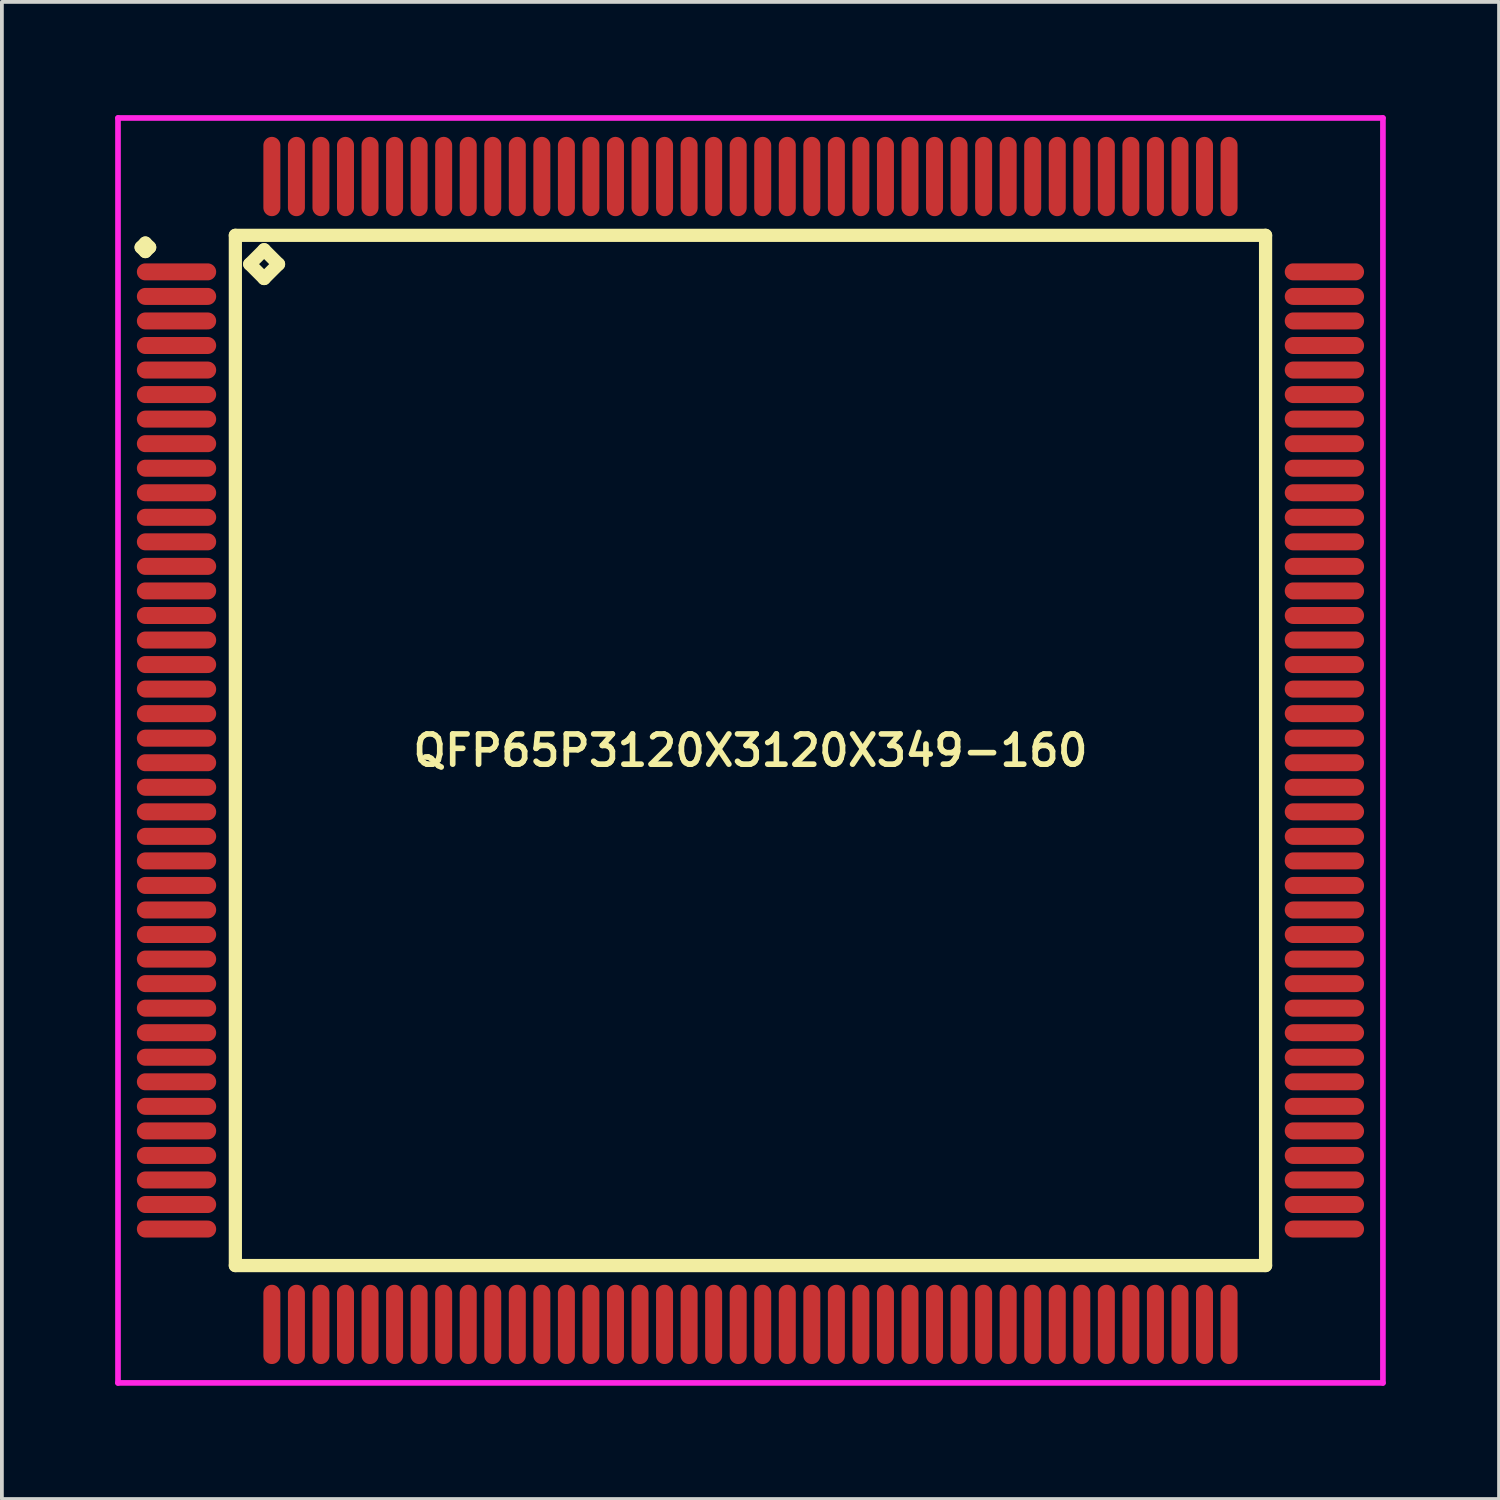
<source format=kicad_pcb>
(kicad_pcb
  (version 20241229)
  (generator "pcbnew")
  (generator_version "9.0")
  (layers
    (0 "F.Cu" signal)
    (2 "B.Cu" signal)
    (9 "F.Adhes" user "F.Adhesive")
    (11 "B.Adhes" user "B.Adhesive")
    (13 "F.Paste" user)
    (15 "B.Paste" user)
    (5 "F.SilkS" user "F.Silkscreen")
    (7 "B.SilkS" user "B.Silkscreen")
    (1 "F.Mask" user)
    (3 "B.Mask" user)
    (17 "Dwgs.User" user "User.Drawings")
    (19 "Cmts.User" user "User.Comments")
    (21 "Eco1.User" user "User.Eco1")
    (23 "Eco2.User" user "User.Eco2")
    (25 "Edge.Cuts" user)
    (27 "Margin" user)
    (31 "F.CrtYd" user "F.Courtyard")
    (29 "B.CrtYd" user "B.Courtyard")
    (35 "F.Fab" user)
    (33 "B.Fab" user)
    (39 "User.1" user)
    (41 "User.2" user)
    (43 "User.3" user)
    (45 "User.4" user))
  (footprint "QFP65P3120X3120X349-160"
    (layer "F.Cu")
    (at 16.825 16.825)
    (property "Reference" "QFP65P3120X3120X349-160" (at 0 0 0) (layer "F.SilkS") (effects (font (size 0.8 0.8) (thickness 0.15))))
    (attr smd)
    (fp_line (start -16.137 -13.325) (end -16.025 -13.438) (stroke (width 0.35) (type solid)) (layer "F.SilkS"))
    (fp_line (start -16.025 -13.438) (end -15.912 -13.325) (stroke (width 0.35) (type solid)) (layer "F.SilkS"))
    (fp_line (start -16.025 -13.213) (end -16.137 -13.325) (stroke (width 0.35) (type solid)) (layer "F.SilkS"))
    (fp_line (start -15.912 -13.325) (end -16.025 -13.213) (stroke (width 0.35) (type solid)) (layer "F.SilkS"))
    (fp_line (start -13.642 -13.642) (end -13.642 13.642) (stroke (width 0.35) (type solid)) (layer "F.SilkS"))
    (fp_line (start -13.642 13.642) (end 13.642 13.642) (stroke (width 0.35) (type solid)) (layer "F.SilkS"))
    (fp_line (start -13.261 -12.88) (end -12.88 -13.261) (stroke (width 0.35) (type solid)) (layer "F.SilkS"))
    (fp_line (start -12.88 -13.261) (end -12.499 -12.88) (stroke (width 0.35) (type solid)) (layer "F.SilkS"))
    (fp_line (start -12.88 -12.499) (end -13.261 -12.88) (stroke (width 0.35) (type solid)) (layer "F.SilkS"))
    (fp_line (start -12.499 -12.88) (end -12.88 -12.499) (stroke (width 0.35) (type solid)) (layer "F.SilkS"))
    (fp_line (start 13.642 -13.642) (end -13.642 -13.642) (stroke (width 0.35) (type solid)) (layer "F.SilkS"))
    (fp_line (start 13.642 13.642) (end 13.642 -13.642) (stroke (width 0.35) (type solid)) (layer "F.SilkS"))
    (fp_line (start -16.75 -16.75) (end 16.75 -16.75) (stroke (width 0.15) (type solid)) (layer "F.CrtYd"))
    (fp_line (start -16.75 16.75) (end -16.75 -16.75) (stroke (width 0.15) (type solid)) (layer "F.CrtYd"))
    (fp_line (start 16.75 -16.75) (end 16.75 16.75) (stroke (width 0.15) (type solid)) (layer "F.CrtYd"))
    (fp_line (start 16.75 16.75) (end -16.75 16.75) (stroke (width 0.15) (type solid)) (layer "F.CrtYd"))
    (pad "1" smd oval (at -15.2 -12.675) (size 2.1 0.45) (layers "F.Cu" "F.Mask" "F.Paste"))
    (pad "2" smd oval (at -15.2 -12.025) (size 2.1 0.45) (layers "F.Cu" "F.Mask" "F.Paste"))
    (pad "3" smd oval (at -15.2 -11.375) (size 2.1 0.45) (layers "F.Cu" "F.Mask" "F.Paste"))
    (pad "4" smd oval (at -15.2 -10.725) (size 2.1 0.45) (layers "F.Cu" "F.Mask" "F.Paste"))
    (pad "5" smd oval (at -15.2 -10.075) (size 2.1 0.45) (layers "F.Cu" "F.Mask" "F.Paste"))
    (pad "6" smd oval (at -15.2 -9.425) (size 2.1 0.45) (layers "F.Cu" "F.Mask" "F.Paste"))
    (pad "7" smd oval (at -15.2 -8.775) (size 2.1 0.45) (layers "F.Cu" "F.Mask" "F.Paste"))
    (pad "8" smd oval (at -15.2 -8.125) (size 2.1 0.45) (layers "F.Cu" "F.Mask" "F.Paste"))
    (pad "9" smd oval (at -15.2 -7.475) (size 2.1 0.45) (layers "F.Cu" "F.Mask" "F.Paste"))
    (pad "10" smd oval (at -15.2 -6.825) (size 2.1 0.45) (layers "F.Cu" "F.Mask" "F.Paste"))
    (pad "11" smd oval (at -15.2 -6.175) (size 2.1 0.45) (layers "F.Cu" "F.Mask" "F.Paste"))
    (pad "12" smd oval (at -15.2 -5.525) (size 2.1 0.45) (layers "F.Cu" "F.Mask" "F.Paste"))
    (pad "13" smd oval (at -15.2 -4.875) (size 2.1 0.45) (layers "F.Cu" "F.Mask" "F.Paste"))
    (pad "14" smd oval (at -15.2 -4.225) (size 2.1 0.45) (layers "F.Cu" "F.Mask" "F.Paste"))
    (pad "15" smd oval (at -15.2 -3.575) (size 2.1 0.45) (layers "F.Cu" "F.Mask" "F.Paste"))
    (pad "16" smd oval (at -15.2 -2.925) (size 2.1 0.45) (layers "F.Cu" "F.Mask" "F.Paste"))
    (pad "17" smd oval (at -15.2 -2.275) (size 2.1 0.45) (layers "F.Cu" "F.Mask" "F.Paste"))
    (pad "18" smd oval (at -15.2 -1.625) (size 2.1 0.45) (layers "F.Cu" "F.Mask" "F.Paste"))
    (pad "19" smd oval (at -15.2 -0.975) (size 2.1 0.45) (layers "F.Cu" "F.Mask" "F.Paste"))
    (pad "20" smd oval (at -15.2 -0.325) (size 2.1 0.45) (layers "F.Cu" "F.Mask" "F.Paste"))
    (pad "21" smd oval (at -15.2 0.325) (size 2.1 0.45) (layers "F.Cu" "F.Mask" "F.Paste"))
    (pad "22" smd oval (at -15.2 0.975) (size 2.1 0.45) (layers "F.Cu" "F.Mask" "F.Paste"))
    (pad "23" smd oval (at -15.2 1.625) (size 2.1 0.45) (layers "F.Cu" "F.Mask" "F.Paste"))
    (pad "24" smd oval (at -15.2 2.275) (size 2.1 0.45) (layers "F.Cu" "F.Mask" "F.Paste"))
    (pad "25" smd oval (at -15.2 2.925) (size 2.1 0.45) (layers "F.Cu" "F.Mask" "F.Paste"))
    (pad "26" smd oval (at -15.2 3.575) (size 2.1 0.45) (layers "F.Cu" "F.Mask" "F.Paste"))
    (pad "27" smd oval (at -15.2 4.225) (size 2.1 0.45) (layers "F.Cu" "F.Mask" "F.Paste"))
    (pad "28" smd oval (at -15.2 4.875) (size 2.1 0.45) (layers "F.Cu" "F.Mask" "F.Paste"))
    (pad "29" smd oval (at -15.2 5.525) (size 2.1 0.45) (layers "F.Cu" "F.Mask" "F.Paste"))
    (pad "30" smd oval (at -15.2 6.175) (size 2.1 0.45) (layers "F.Cu" "F.Mask" "F.Paste"))
    (pad "31" smd oval (at -15.2 6.825) (size 2.1 0.45) (layers "F.Cu" "F.Mask" "F.Paste"))
    (pad "32" smd oval (at -15.2 7.475) (size 2.1 0.45) (layers "F.Cu" "F.Mask" "F.Paste"))
    (pad "33" smd oval (at -15.2 8.125) (size 2.1 0.45) (layers "F.Cu" "F.Mask" "F.Paste"))
    (pad "34" smd oval (at -15.2 8.775) (size 2.1 0.45) (layers "F.Cu" "F.Mask" "F.Paste"))
    (pad "35" smd oval (at -15.2 9.425) (size 2.1 0.45) (layers "F.Cu" "F.Mask" "F.Paste"))
    (pad "36" smd oval (at -15.2 10.075) (size 2.1 0.45) (layers "F.Cu" "F.Mask" "F.Paste"))
    (pad "37" smd oval (at -15.2 10.725) (size 2.1 0.45) (layers "F.Cu" "F.Mask" "F.Paste"))
    (pad "38" smd oval (at -15.2 11.375) (size 2.1 0.45) (layers "F.Cu" "F.Mask" "F.Paste"))
    (pad "39" smd oval (at -15.2 12.025) (size 2.1 0.45) (layers "F.Cu" "F.Mask" "F.Paste"))
    (pad "40" smd oval (at -15.2 12.675) (size 2.1 0.45) (layers "F.Cu" "F.Mask" "F.Paste"))
    (pad "41" smd oval (at -12.675 15.2) (size 0.45 2.1) (layers "F.Cu" "F.Mask" "F.Paste"))
    (pad "42" smd oval (at -12.025 15.2) (size 0.45 2.1) (layers "F.Cu" "F.Mask" "F.Paste"))
    (pad "43" smd oval (at -11.375 15.2) (size 0.45 2.1) (layers "F.Cu" "F.Mask" "F.Paste"))
    (pad "44" smd oval (at -10.725 15.2) (size 0.45 2.1) (layers "F.Cu" "F.Mask" "F.Paste"))
    (pad "45" smd oval (at -10.075 15.2) (size 0.45 2.1) (layers "F.Cu" "F.Mask" "F.Paste"))
    (pad "46" smd oval (at -9.425 15.2) (size 0.45 2.1) (layers "F.Cu" "F.Mask" "F.Paste"))
    (pad "47" smd oval (at -8.775 15.2) (size 0.45 2.1) (layers "F.Cu" "F.Mask" "F.Paste"))
    (pad "48" smd oval (at -8.125 15.2) (size 0.45 2.1) (layers "F.Cu" "F.Mask" "F.Paste"))
    (pad "49" smd oval (at -7.475 15.2) (size 0.45 2.1) (layers "F.Cu" "F.Mask" "F.Paste"))
    (pad "50" smd oval (at -6.825 15.2) (size 0.45 2.1) (layers "F.Cu" "F.Mask" "F.Paste"))
    (pad "51" smd oval (at -6.175 15.2) (size 0.45 2.1) (layers "F.Cu" "F.Mask" "F.Paste"))
    (pad "52" smd oval (at -5.525 15.2) (size 0.45 2.1) (layers "F.Cu" "F.Mask" "F.Paste"))
    (pad "53" smd oval (at -4.875 15.2) (size 0.45 2.1) (layers "F.Cu" "F.Mask" "F.Paste"))
    (pad "54" smd oval (at -4.225 15.2) (size 0.45 2.1) (layers "F.Cu" "F.Mask" "F.Paste"))
    (pad "55" smd oval (at -3.575 15.2) (size 0.45 2.1) (layers "F.Cu" "F.Mask" "F.Paste"))
    (pad "56" smd oval (at -2.925 15.2) (size 0.45 2.1) (layers "F.Cu" "F.Mask" "F.Paste"))
    (pad "57" smd oval (at -2.275 15.2) (size 0.45 2.1) (layers "F.Cu" "F.Mask" "F.Paste"))
    (pad "58" smd oval (at -1.625 15.2) (size 0.45 2.1) (layers "F.Cu" "F.Mask" "F.Paste"))
    (pad "59" smd oval (at -0.975 15.2) (size 0.45 2.1) (layers "F.Cu" "F.Mask" "F.Paste"))
    (pad "60" smd oval (at -0.325 15.2) (size 0.45 2.1) (layers "F.Cu" "F.Mask" "F.Paste"))
    (pad "61" smd oval (at 0.325 15.2) (size 0.45 2.1) (layers "F.Cu" "F.Mask" "F.Paste"))
    (pad "62" smd oval (at 0.975 15.2) (size 0.45 2.1) (layers "F.Cu" "F.Mask" "F.Paste"))
    (pad "63" smd oval (at 1.625 15.2) (size 0.45 2.1) (layers "F.Cu" "F.Mask" "F.Paste"))
    (pad "64" smd oval (at 2.275 15.2) (size 0.45 2.1) (layers "F.Cu" "F.Mask" "F.Paste"))
    (pad "65" smd oval (at 2.925 15.2) (size 0.45 2.1) (layers "F.Cu" "F.Mask" "F.Paste"))
    (pad "66" smd oval (at 3.575 15.2) (size 0.45 2.1) (layers "F.Cu" "F.Mask" "F.Paste"))
    (pad "67" smd oval (at 4.225 15.2) (size 0.45 2.1) (layers "F.Cu" "F.Mask" "F.Paste"))
    (pad "68" smd oval (at 4.875 15.2) (size 0.45 2.1) (layers "F.Cu" "F.Mask" "F.Paste"))
    (pad "69" smd oval (at 5.525 15.2) (size 0.45 2.1) (layers "F.Cu" "F.Mask" "F.Paste"))
    (pad "70" smd oval (at 6.175 15.2) (size 0.45 2.1) (layers "F.Cu" "F.Mask" "F.Paste"))
    (pad "71" smd oval (at 6.825 15.2) (size 0.45 2.1) (layers "F.Cu" "F.Mask" "F.Paste"))
    (pad "72" smd oval (at 7.475 15.2) (size 0.45 2.1) (layers "F.Cu" "F.Mask" "F.Paste"))
    (pad "73" smd oval (at 8.125 15.2) (size 0.45 2.1) (layers "F.Cu" "F.Mask" "F.Paste"))
    (pad "74" smd oval (at 8.775 15.2) (size 0.45 2.1) (layers "F.Cu" "F.Mask" "F.Paste"))
    (pad "75" smd oval (at 9.425 15.2) (size 0.45 2.1) (layers "F.Cu" "F.Mask" "F.Paste"))
    (pad "76" smd oval (at 10.075 15.2) (size 0.45 2.1) (layers "F.Cu" "F.Mask" "F.Paste"))
    (pad "77" smd oval (at 10.725 15.2) (size 0.45 2.1) (layers "F.Cu" "F.Mask" "F.Paste"))
    (pad "78" smd oval (at 11.375 15.2) (size 0.45 2.1) (layers "F.Cu" "F.Mask" "F.Paste"))
    (pad "79" smd oval (at 12.025 15.2) (size 0.45 2.1) (layers "F.Cu" "F.Mask" "F.Paste"))
    (pad "80" smd oval (at 12.675 15.2) (size 0.45 2.1) (layers "F.Cu" "F.Mask" "F.Paste"))
    (pad "81" smd oval (at 15.2 12.675) (size 2.1 0.45) (layers "F.Cu" "F.Mask" "F.Paste"))
    (pad "82" smd oval (at 15.2 12.025) (size 2.1 0.45) (layers "F.Cu" "F.Mask" "F.Paste"))
    (pad "83" smd oval (at 15.2 11.375) (size 2.1 0.45) (layers "F.Cu" "F.Mask" "F.Paste"))
    (pad "84" smd oval (at 15.2 10.725) (size 2.1 0.45) (layers "F.Cu" "F.Mask" "F.Paste"))
    (pad "85" smd oval (at 15.2 10.075) (size 2.1 0.45) (layers "F.Cu" "F.Mask" "F.Paste"))
    (pad "86" smd oval (at 15.2 9.425) (size 2.1 0.45) (layers "F.Cu" "F.Mask" "F.Paste"))
    (pad "87" smd oval (at 15.2 8.775) (size 2.1 0.45) (layers "F.Cu" "F.Mask" "F.Paste"))
    (pad "88" smd oval (at 15.2 8.125) (size 2.1 0.45) (layers "F.Cu" "F.Mask" "F.Paste"))
    (pad "89" smd oval (at 15.2 7.475) (size 2.1 0.45) (layers "F.Cu" "F.Mask" "F.Paste"))
    (pad "90" smd oval (at 15.2 6.825) (size 2.1 0.45) (layers "F.Cu" "F.Mask" "F.Paste"))
    (pad "91" smd oval (at 15.2 6.175) (size 2.1 0.45) (layers "F.Cu" "F.Mask" "F.Paste"))
    (pad "92" smd oval (at 15.2 5.525) (size 2.1 0.45) (layers "F.Cu" "F.Mask" "F.Paste"))
    (pad "93" smd oval (at 15.2 4.875) (size 2.1 0.45) (layers "F.Cu" "F.Mask" "F.Paste"))
    (pad "94" smd oval (at 15.2 4.225) (size 2.1 0.45) (layers "F.Cu" "F.Mask" "F.Paste"))
    (pad "95" smd oval (at 15.2 3.575) (size 2.1 0.45) (layers "F.Cu" "F.Mask" "F.Paste"))
    (pad "96" smd oval (at 15.2 2.925) (size 2.1 0.45) (layers "F.Cu" "F.Mask" "F.Paste"))
    (pad "97" smd oval (at 15.2 2.275) (size 2.1 0.45) (layers "F.Cu" "F.Mask" "F.Paste"))
    (pad "98" smd oval (at 15.2 1.625) (size 2.1 0.45) (layers "F.Cu" "F.Mask" "F.Paste"))
    (pad "99" smd oval (at 15.2 0.975) (size 2.1 0.45) (layers "F.Cu" "F.Mask" "F.Paste"))
    (pad "100" smd oval (at 15.2 0.325) (size 2.1 0.45) (layers "F.Cu" "F.Mask" "F.Paste"))
    (pad "101" smd oval (at 15.2 -0.325) (size 2.1 0.45) (layers "F.Cu" "F.Mask" "F.Paste"))
    (pad "102" smd oval (at 15.2 -0.975) (size 2.1 0.45) (layers "F.Cu" "F.Mask" "F.Paste"))
    (pad "103" smd oval (at 15.2 -1.625) (size 2.1 0.45) (layers "F.Cu" "F.Mask" "F.Paste"))
    (pad "104" smd oval (at 15.2 -2.275) (size 2.1 0.45) (layers "F.Cu" "F.Mask" "F.Paste"))
    (pad "105" smd oval (at 15.2 -2.925) (size 2.1 0.45) (layers "F.Cu" "F.Mask" "F.Paste"))
    (pad "106" smd oval (at 15.2 -3.575) (size 2.1 0.45) (layers "F.Cu" "F.Mask" "F.Paste"))
    (pad "107" smd oval (at 15.2 -4.225) (size 2.1 0.45) (layers "F.Cu" "F.Mask" "F.Paste"))
    (pad "108" smd oval (at 15.2 -4.875) (size 2.1 0.45) (layers "F.Cu" "F.Mask" "F.Paste"))
    (pad "109" smd oval (at 15.2 -5.525) (size 2.1 0.45) (layers "F.Cu" "F.Mask" "F.Paste"))
    (pad "110" smd oval (at 15.2 -6.175) (size 2.1 0.45) (layers "F.Cu" "F.Mask" "F.Paste"))
    (pad "111" smd oval (at 15.2 -6.825) (size 2.1 0.45) (layers "F.Cu" "F.Mask" "F.Paste"))
    (pad "112" smd oval (at 15.2 -7.475) (size 2.1 0.45) (layers "F.Cu" "F.Mask" "F.Paste"))
    (pad "113" smd oval (at 15.2 -8.125) (size 2.1 0.45) (layers "F.Cu" "F.Mask" "F.Paste"))
    (pad "114" smd oval (at 15.2 -8.775) (size 2.1 0.45) (layers "F.Cu" "F.Mask" "F.Paste"))
    (pad "115" smd oval (at 15.2 -9.425) (size 2.1 0.45) (layers "F.Cu" "F.Mask" "F.Paste"))
    (pad "116" smd oval (at 15.2 -10.075) (size 2.1 0.45) (layers "F.Cu" "F.Mask" "F.Paste"))
    (pad "117" smd oval (at 15.2 -10.725) (size 2.1 0.45) (layers "F.Cu" "F.Mask" "F.Paste"))
    (pad "118" smd oval (at 15.2 -11.375) (size 2.1 0.45) (layers "F.Cu" "F.Mask" "F.Paste"))
    (pad "119" smd oval (at 15.2 -12.025) (size 2.1 0.45) (layers "F.Cu" "F.Mask" "F.Paste"))
    (pad "120" smd oval (at 15.2 -12.675) (size 2.1 0.45) (layers "F.Cu" "F.Mask" "F.Paste"))
    (pad "121" smd oval (at 12.675 -15.2) (size 0.45 2.1) (layers "F.Cu" "F.Mask" "F.Paste"))
    (pad "122" smd oval (at 12.025 -15.2) (size 0.45 2.1) (layers "F.Cu" "F.Mask" "F.Paste"))
    (pad "123" smd oval (at 11.375 -15.2) (size 0.45 2.1) (layers "F.Cu" "F.Mask" "F.Paste"))
    (pad "124" smd oval (at 10.725 -15.2) (size 0.45 2.1) (layers "F.Cu" "F.Mask" "F.Paste"))
    (pad "125" smd oval (at 10.075 -15.2) (size 0.45 2.1) (layers "F.Cu" "F.Mask" "F.Paste"))
    (pad "126" smd oval (at 9.425 -15.2) (size 0.45 2.1) (layers "F.Cu" "F.Mask" "F.Paste"))
    (pad "127" smd oval (at 8.775 -15.2) (size 0.45 2.1) (layers "F.Cu" "F.Mask" "F.Paste"))
    (pad "128" smd oval (at 8.125 -15.2) (size 0.45 2.1) (layers "F.Cu" "F.Mask" "F.Paste"))
    (pad "129" smd oval (at 7.475 -15.2) (size 0.45 2.1) (layers "F.Cu" "F.Mask" "F.Paste"))
    (pad "130" smd oval (at 6.825 -15.2) (size 0.45 2.1) (layers "F.Cu" "F.Mask" "F.Paste"))
    (pad "131" smd oval (at 6.175 -15.2) (size 0.45 2.1) (layers "F.Cu" "F.Mask" "F.Paste"))
    (pad "132" smd oval (at 5.525 -15.2) (size 0.45 2.1) (layers "F.Cu" "F.Mask" "F.Paste"))
    (pad "133" smd oval (at 4.875 -15.2) (size 0.45 2.1) (layers "F.Cu" "F.Mask" "F.Paste"))
    (pad "134" smd oval (at 4.225 -15.2) (size 0.45 2.1) (layers "F.Cu" "F.Mask" "F.Paste"))
    (pad "135" smd oval (at 3.575 -15.2) (size 0.45 2.1) (layers "F.Cu" "F.Mask" "F.Paste"))
    (pad "136" smd oval (at 2.925 -15.2) (size 0.45 2.1) (layers "F.Cu" "F.Mask" "F.Paste"))
    (pad "137" smd oval (at 2.275 -15.2) (size 0.45 2.1) (layers "F.Cu" "F.Mask" "F.Paste"))
    (pad "138" smd oval (at 1.625 -15.2) (size 0.45 2.1) (layers "F.Cu" "F.Mask" "F.Paste"))
    (pad "139" smd oval (at 0.975 -15.2) (size 0.45 2.1) (layers "F.Cu" "F.Mask" "F.Paste"))
    (pad "140" smd oval (at 0.325 -15.2) (size 0.45 2.1) (layers "F.Cu" "F.Mask" "F.Paste"))
    (pad "141" smd oval (at -0.325 -15.2) (size 0.45 2.1) (layers "F.Cu" "F.Mask" "F.Paste"))
    (pad "142" smd oval (at -0.975 -15.2) (size 0.45 2.1) (layers "F.Cu" "F.Mask" "F.Paste"))
    (pad "143" smd oval (at -1.625 -15.2) (size 0.45 2.1) (layers "F.Cu" "F.Mask" "F.Paste"))
    (pad "144" smd oval (at -2.275 -15.2) (size 0.45 2.1) (layers "F.Cu" "F.Mask" "F.Paste"))
    (pad "145" smd oval (at -2.925 -15.2) (size 0.45 2.1) (layers "F.Cu" "F.Mask" "F.Paste"))
    (pad "146" smd oval (at -3.575 -15.2) (size 0.45 2.1) (layers "F.Cu" "F.Mask" "F.Paste"))
    (pad "147" smd oval (at -4.225 -15.2) (size 0.45 2.1) (layers "F.Cu" "F.Mask" "F.Paste"))
    (pad "148" smd oval (at -4.875 -15.2) (size 0.45 2.1) (layers "F.Cu" "F.Mask" "F.Paste"))
    (pad "149" smd oval (at -5.525 -15.2) (size 0.45 2.1) (layers "F.Cu" "F.Mask" "F.Paste"))
    (pad "150" smd oval (at -6.175 -15.2) (size 0.45 2.1) (layers "F.Cu" "F.Mask" "F.Paste"))
    (pad "151" smd oval (at -6.825 -15.2) (size 0.45 2.1) (layers "F.Cu" "F.Mask" "F.Paste"))
    (pad "152" smd oval (at -7.475 -15.2) (size 0.45 2.1) (layers "F.Cu" "F.Mask" "F.Paste"))
    (pad "153" smd oval (at -8.125 -15.2) (size 0.45 2.1) (layers "F.Cu" "F.Mask" "F.Paste"))
    (pad "154" smd oval (at -8.775 -15.2) (size 0.45 2.1) (layers "F.Cu" "F.Mask" "F.Paste"))
    (pad "155" smd oval (at -9.425 -15.2) (size 0.45 2.1) (layers "F.Cu" "F.Mask" "F.Paste"))
    (pad "156" smd oval (at -10.075 -15.2) (size 0.45 2.1) (layers "F.Cu" "F.Mask" "F.Paste"))
    (pad "157" smd oval (at -10.725 -15.2) (size 0.45 2.1) (layers "F.Cu" "F.Mask" "F.Paste"))
    (pad "158" smd oval (at -11.375 -15.2) (size 0.45 2.1) (layers "F.Cu" "F.Mask" "F.Paste"))
    (pad "159" smd oval (at -12.025 -15.2) (size 0.45 2.1) (layers "F.Cu" "F.Mask" "F.Paste"))
    (pad "160" smd oval (at -12.675 -15.2) (size 0.45 2.1) (layers "F.Cu" "F.Mask" "F.Paste")))
  (gr_rect
    (start -3 -3)
    (end 36.65 36.65)
    (stroke (width 0.1) (type default))
    (fill no)
    (layer "Edge.Cuts")))
</source>
